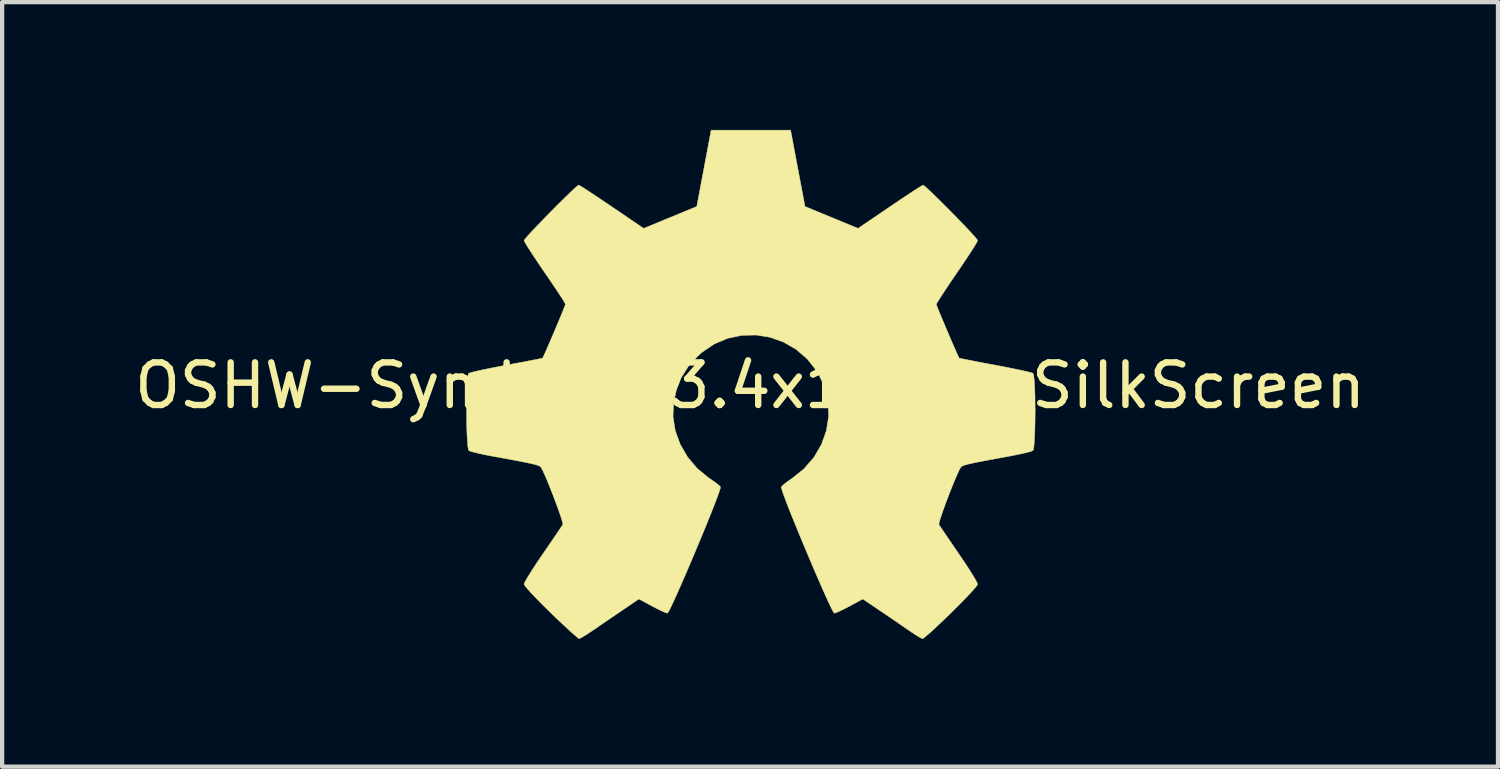
<source format=kicad_pcb>
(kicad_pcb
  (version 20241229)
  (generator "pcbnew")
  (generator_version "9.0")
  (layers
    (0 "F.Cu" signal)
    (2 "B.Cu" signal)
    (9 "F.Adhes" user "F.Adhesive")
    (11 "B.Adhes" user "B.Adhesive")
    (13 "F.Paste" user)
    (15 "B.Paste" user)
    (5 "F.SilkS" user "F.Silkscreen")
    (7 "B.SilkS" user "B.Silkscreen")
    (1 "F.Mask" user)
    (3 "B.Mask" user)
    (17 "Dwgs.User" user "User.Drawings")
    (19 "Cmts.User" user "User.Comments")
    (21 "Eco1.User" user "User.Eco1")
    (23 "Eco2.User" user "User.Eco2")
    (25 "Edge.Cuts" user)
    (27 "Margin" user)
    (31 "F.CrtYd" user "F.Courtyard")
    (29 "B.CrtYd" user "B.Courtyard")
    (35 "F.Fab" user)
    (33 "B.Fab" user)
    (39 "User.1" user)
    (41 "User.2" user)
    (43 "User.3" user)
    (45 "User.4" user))
  (footprint "OSHW-Symbol_13.4x12mm_SilkScreen"
    (layer "F.Cu")
    (at 14.554 6)
    (property "Reference" "OSHW-Symbol_13.4x12mm_SilkScreen" (at 0 0 0) (layer "F.SilkS") (effects (font (size 1 1) (thickness 0.15))))
    (attr exclude_from_pos_files exclude_from_bom)
    (fp_poly (pts (xy 1.12 -5.099) (xy 1.289 -4.204) (xy 1.912 -3.947) (xy 2.535 -3.69) (xy 3.282 -4.198) (xy 3.492 -4.34) (xy 3.681 -4.466) (xy 3.841 -4.571) (xy 3.964 -4.65) (xy 4.04 -4.696) (xy 4.06 -4.706) (xy 4.098 -4.681) (xy 4.177 -4.61) (xy 4.29 -4.503) (xy 4.428 -4.368) (xy 4.581 -4.216) (xy 4.741 -4.055) (xy 4.898 -3.893) (xy 5.045 -3.741) (xy 5.171 -3.607) (xy 5.268 -3.5) (xy 5.327 -3.429) (xy 5.341 -3.406) (xy 5.321 -3.362) (xy 5.264 -3.267) (xy 5.176 -3.128) (xy 5.063 -2.957) (xy 4.932 -2.762) (xy 4.856 -2.651) (xy 4.717 -2.447) (xy 4.594 -2.264) (xy 4.492 -2.109) (xy 4.418 -1.993) (xy 4.376 -1.924) (xy 4.37 -1.909) (xy 4.384 -1.868) (xy 4.422 -1.772) (xy 4.479 -1.634) (xy 4.548 -1.469) (xy 4.624 -1.289) (xy 4.701 -1.108) (xy 4.774 -0.94) (xy 4.836 -0.798) (xy 4.882 -0.696) (xy 4.906 -0.648) (xy 4.907 -0.646) (xy 4.945 -0.637) (xy 5.046 -0.616) (xy 5.2 -0.586) (xy 5.395 -0.548) (xy 5.622 -0.505) (xy 5.755 -0.481) (xy 5.998 -0.434) (xy 6.217 -0.39) (xy 6.402 -0.351) (xy 6.541 -0.319) (xy 6.623 -0.296) (xy 6.639 -0.289) (xy 6.656 -0.24) (xy 6.669 -0.129) (xy 6.679 0.03) (xy 6.686 0.226) (xy 6.689 0.444) (xy 6.69 0.672) (xy 6.687 0.897) (xy 6.682 1.106) (xy 6.673 1.286) (xy 6.662 1.424) (xy 6.647 1.507) (xy 6.638 1.525) (xy 6.586 1.546) (xy 6.474 1.575) (xy 6.318 1.61) (xy 6.133 1.648) (xy 6.069 1.66) (xy 5.757 1.717) (xy 5.511 1.763) (xy 5.322 1.799) (xy 5.183 1.829) (xy 5.084 1.852) (xy 5.018 1.872) (xy 4.978 1.89) (xy 4.953 1.907) (xy 4.95 1.911) (xy 4.916 1.967) (xy 4.865 2.077) (xy 4.801 2.226) (xy 4.729 2.401) (xy 4.655 2.59) (xy 4.584 2.778) (xy 4.521 2.953) (xy 4.471 3.1) (xy 4.439 3.207) (xy 4.431 3.259) (xy 4.432 3.261) (xy 4.46 3.304) (xy 4.524 3.399) (xy 4.616 3.535) (xy 4.732 3.704) (xy 4.862 3.894) (xy 4.899 3.949) (xy 5.032 4.145) (xy 5.149 4.324) (xy 5.243 4.475) (xy 5.309 4.589) (xy 5.34 4.655) (xy 5.341 4.663) (xy 5.316 4.706) (xy 5.244 4.79) (xy 5.136 4.907) (xy 5.001 5.047) (xy 4.848 5.202) (xy 4.685 5.363) (xy 4.524 5.519) (xy 4.371 5.664) (xy 4.238 5.786) (xy 4.132 5.878) (xy 4.064 5.931) (xy 4.045 5.939) (xy 4 5.919) (xy 3.91 5.865) (xy 3.788 5.786) (xy 3.695 5.722) (xy 3.525 5.605) (xy 3.324 5.467) (xy 3.122 5.33) (xy 3.013 5.257) (xy 2.646 5.008) (xy 2.338 5.175) (xy 2.197 5.248) (xy 2.078 5.305) (xy 1.997 5.337) (xy 1.977 5.341) (xy 1.952 5.308) (xy 1.903 5.214) (xy 1.834 5.068) (xy 1.748 4.879) (xy 1.649 4.655) (xy 1.54 4.405) (xy 1.426 4.137) (xy 1.309 3.861) (xy 1.194 3.585) (xy 1.084 3.317) (xy 0.982 3.067) (xy 0.893 2.842) (xy 0.82 2.652) (xy 0.767 2.506) (xy 0.737 2.411) (xy 0.732 2.379) (xy 0.77 2.338) (xy 0.854 2.27) (xy 0.966 2.191) (xy 0.976 2.185) (xy 1.266 1.953) (xy 1.5 1.682) (xy 1.675 1.382) (xy 1.79 1.06) (xy 1.844 0.725) (xy 1.833 0.386) (xy 1.755 0.052) (xy 1.61 -0.269) (xy 1.567 -0.34) (xy 1.344 -0.623) (xy 1.08 -0.851) (xy 0.786 -1.021) (xy 0.469 -1.134) (xy 0.139 -1.187) (xy -0.195 -1.179) (xy -0.523 -1.11) (xy -0.838 -0.978) (xy -1.129 -0.781) (xy -1.219 -0.701) (xy -1.448 -0.452) (xy -1.615 -0.189) (xy -1.73 0.105) (xy -1.794 0.397) (xy -1.809 0.725) (xy -1.757 1.055) (xy -1.641 1.375) (xy -1.468 1.674) (xy -1.243 1.942) (xy -0.971 2.166) (xy -0.935 2.19) (xy -0.822 2.268) (xy -0.736 2.335) (xy -0.694 2.378) (xy -0.694 2.379) (xy -0.703 2.425) (xy -0.738 2.531) (xy -0.795 2.686) (xy -0.872 2.884) (xy -0.964 3.114) (xy -1.067 3.368) (xy -1.179 3.638) (xy -1.295 3.915) (xy -1.411 4.19) (xy -1.525 4.455) (xy -1.632 4.701) (xy -1.729 4.919) (xy -1.812 5.1) (xy -1.877 5.237) (xy -1.921 5.32) (xy -1.939 5.341) (xy -1.994 5.325) (xy -2.096 5.279) (xy -2.228 5.213) (xy -2.3 5.175) (xy -2.609 5.008) (xy -2.976 5.257) (xy -3.163 5.384) (xy -3.369 5.524) (xy -3.561 5.656) (xy -3.657 5.722) (xy -3.793 5.813) (xy -3.907 5.885) (xy -3.986 5.929) (xy -4.012 5.938) (xy -4.049 5.913) (xy -4.132 5.843) (xy -4.252 5.735) (xy -4.401 5.597) (xy -4.572 5.435) (xy -4.68 5.331) (xy -4.868 5.146) (xy -5.031 4.98) (xy -5.162 4.841) (xy -5.254 4.736) (xy -5.301 4.671) (xy -5.305 4.658) (xy -5.284 4.608) (xy -5.227 4.508) (xy -5.139 4.366) (xy -5.028 4.194) (xy -4.899 4.002) (xy -4.862 3.949) (xy -4.728 3.754) (xy -4.608 3.578) (xy -4.509 3.432) (xy -4.437 3.325) (xy -4.398 3.267) (xy -4.394 3.261) (xy -4.4 3.215) (xy -4.429 3.113) (xy -4.478 2.97) (xy -4.54 2.798) (xy -4.61 2.61) (xy -4.684 2.421) (xy -4.756 2.243) (xy -4.821 2.091) (xy -4.874 1.976) (xy -4.91 1.914) (xy -4.913 1.911) (xy -4.935 1.893) (xy -4.972 1.875) (xy -5.032 1.856) (xy -5.124 1.833) (xy -5.255 1.805) (xy -5.434 1.77) (xy -5.668 1.726) (xy -5.967 1.671) (xy -6.031 1.66) (xy -6.223 1.623) (xy -6.39 1.586) (xy -6.517 1.554) (xy -6.591 1.53) (xy -6.601 1.525) (xy -6.617 1.475) (xy -6.63 1.364) (xy -6.641 1.204) (xy -6.648 1.008) (xy -6.652 0.79) (xy -6.653 0.562) (xy -6.65 0.337) (xy -6.645 0.128) (xy -6.637 -0.052) (xy -6.625 -0.189) (xy -6.611 -0.272) (xy -6.602 -0.289) (xy -6.553 -0.306) (xy -6.442 -0.334) (xy -6.279 -0.37) (xy -6.076 -0.412) (xy -5.844 -0.457) (xy -5.718 -0.481) (xy -5.478 -0.526) (xy -5.264 -0.566) (xy -5.086 -0.601) (xy -4.955 -0.627) (xy -4.882 -0.642) (xy -4.87 -0.646) (xy -4.85 -0.685) (xy -4.806 -0.78) (xy -4.746 -0.917) (xy -4.675 -1.082) (xy -4.598 -1.262) (xy -4.522 -1.443) (xy -4.451 -1.611) (xy -4.392 -1.755) (xy -4.351 -1.858) (xy -4.333 -1.909) (xy -4.333 -1.911) (xy -4.353 -1.951) (xy -4.41 -2.043) (xy -4.498 -2.178) (xy -4.611 -2.347) (xy -4.742 -2.541) (xy -4.819 -2.652) (xy -4.958 -2.856) (xy -5.081 -3.041) (xy -5.183 -3.198) (xy -5.258 -3.317) (xy -5.298 -3.39) (xy -5.304 -3.406) (xy -5.279 -3.444) (xy -5.209 -3.525) (xy -5.103 -3.64) (xy -4.971 -3.779) (xy -4.821 -3.935) (xy -4.662 -4.097) (xy -4.503 -4.257) (xy -4.353 -4.405) (xy -4.221 -4.533) (xy -4.115 -4.632) (xy -4.046 -4.692) (xy -4.022 -4.706) (xy -3.984 -4.686) (xy -3.894 -4.63) (xy -3.759 -4.542) (xy -3.589 -4.43) (xy -3.393 -4.298) (xy -3.245 -4.198) (xy -2.498 -3.69) (xy -1.874 -3.947) (xy -1.251 -4.204) (xy -0.914 -5.995) (xy 0.951 -5.995) (xy 1.12 -5.099)) (stroke (width 0.01) (type solid)) (fill yes) (layer "F.SilkS")))
  (gr_rect
    (start -3 -3)
    (end 32.107 14.944)
    (stroke (width 0.1) (type default))
    (fill no)
    (layer "Edge.Cuts")))
</source>
